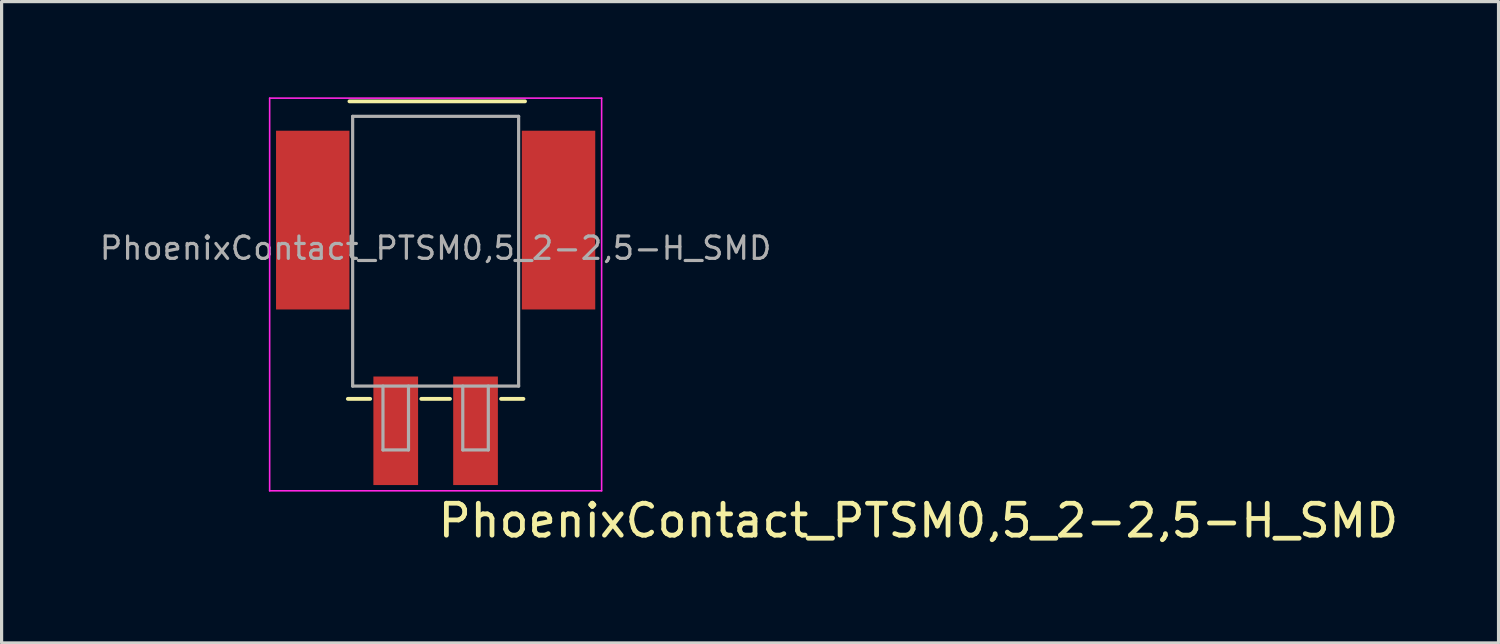
<source format=kicad_pcb>
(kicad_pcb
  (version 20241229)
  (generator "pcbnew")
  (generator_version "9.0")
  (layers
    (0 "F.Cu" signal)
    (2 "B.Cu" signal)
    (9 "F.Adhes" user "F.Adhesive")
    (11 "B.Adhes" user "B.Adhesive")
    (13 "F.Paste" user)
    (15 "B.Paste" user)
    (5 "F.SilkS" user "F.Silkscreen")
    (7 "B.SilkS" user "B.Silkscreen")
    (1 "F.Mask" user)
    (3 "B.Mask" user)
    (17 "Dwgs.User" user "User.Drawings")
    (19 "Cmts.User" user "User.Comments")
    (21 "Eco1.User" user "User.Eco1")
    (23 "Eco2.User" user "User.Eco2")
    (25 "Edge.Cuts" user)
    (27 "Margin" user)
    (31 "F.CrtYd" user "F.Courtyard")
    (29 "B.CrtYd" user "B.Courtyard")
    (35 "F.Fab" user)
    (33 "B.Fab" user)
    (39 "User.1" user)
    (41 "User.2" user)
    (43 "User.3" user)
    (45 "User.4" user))
  (footprint "PhoenixContact_PTSM0,5_2-2,5-H_SMD"
    (layer "F.Cu")
    (at 10.597 5.425)
    (property "Reference" "PhoenixContact_PTSM0,5_2-2,5-H_SMD" (at 0 8.42 0) (layer "F.SilkS") (effects (font (size 1 1) (thickness 0.15)) (justify left bottom)))
    (attr smd)
    (fp_line (start -2.7 -5.3) (end 2.8 -5.3) (stroke (width 0.12) (type solid)) (layer "F.SilkS"))
    (fp_line (start -2.05 4.02) (end -2.75 4.02) (stroke (width 0.12) (type solid)) (layer "F.SilkS"))
    (fp_line (start 0.45 4.02) (end -0.45 4.02) (stroke (width 0.12) (type solid)) (layer "F.SilkS"))
    (fp_line (start 2.75 4.02) (end 2.05 4.02) (stroke (width 0.12) (type solid)) (layer "F.SilkS"))
    (fp_line (start -5.2 -5.4) (end 5.2 -5.4) (stroke (width 0.05) (type solid)) (layer "F.CrtYd"))
    (fp_line (start -5.2 6.9) (end -5.2 -5.4) (stroke (width 0.05) (type solid)) (layer "F.CrtYd"))
    (fp_line (start 5.2 -5.4) (end 5.2 6.9) (stroke (width 0.05) (type solid)) (layer "F.CrtYd"))
    (fp_line (start 5.2 6.9) (end -5.2 6.9) (stroke (width 0.05) (type solid)) (layer "F.CrtYd"))
    (fp_line (start -2.6 -4.83) (end 2.6 -4.83) (stroke (width 0.1) (type solid)) (layer "F.Fab"))
    (fp_line (start -2.6 3.62) (end -2.6 -4.83) (stroke (width 0.1) (type solid)) (layer "F.Fab"))
    (fp_line (start -1.65 3.62) (end -1.65 5.62) (stroke (width 0.1) (type solid)) (layer "F.Fab"))
    (fp_line (start -1.65 5.62) (end -0.85 5.62) (stroke (width 0.1) (type solid)) (layer "F.Fab"))
    (fp_line (start -0.85 3.62) (end -0.85 5.62) (stroke (width 0.1) (type solid)) (layer "F.Fab"))
    (fp_line (start 0.85 5.62) (end 0.85 3.62) (stroke (width 0.1) (type solid)) (layer "F.Fab"))
    (fp_line (start 0.85 5.62) (end 1.65 5.62) (stroke (width 0.1) (type solid)) (layer "F.Fab"))
    (fp_line (start 1.65 5.62) (end 1.65 3.62) (stroke (width 0.1) (type solid)) (layer "F.Fab"))
    (fp_line (start 2.6 3.62) (end -2.6 3.62) (stroke (width 0.1) (type solid)) (layer "F.Fab"))
    (fp_line (start 2.6 3.62) (end 2.6 -4.83) (stroke (width 0.1) (type solid)) (layer "F.Fab"))
    (fp_text user "${REFERENCE}" (at 0 -0.7 0) (layer "F.Fab") (effects (font (size 0.7 0.7) (thickness 0.1))))
    (pad "" smd rect (at -3.85 -1.58 180) (size 2.3 5.6) (layers "F.Cu" "F.Mask" "F.Paste"))
    (pad "" smd rect (at 3.85 -1.58 180) (size 2.3 5.6) (layers "F.Cu" "F.Mask" "F.Paste"))
    (pad "1" smd rect (at -1.25 5.02 180) (size 1.4 3.4) (layers "F.Cu" "F.Mask" "F.Paste"))
    (pad "2" smd rect (at 1.25 5.02 180) (size 1.4 3.4) (layers "F.Cu" "F.Mask" "F.Paste")))
  (gr_rect
    (start -3 -3)
    (end 43.894 17.091)
    (stroke (width 0.1) (type default))
    (fill no)
    (layer "Edge.Cuts")))
</source>
